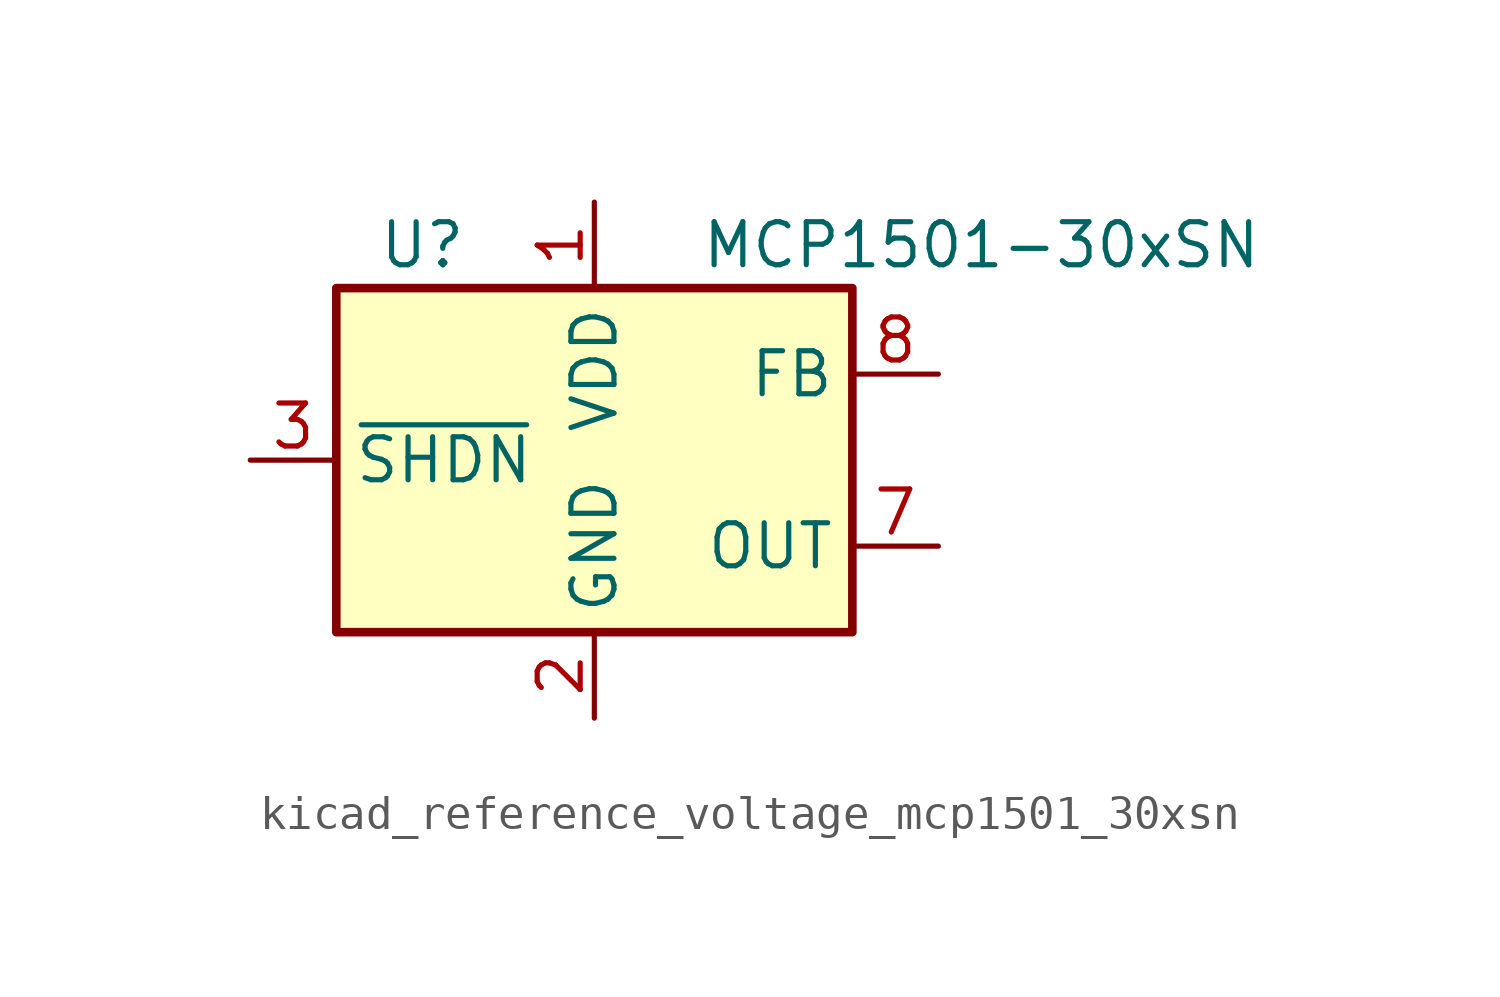
<source format=kicad_sym>
(kicad_symbol_lib
  (version 20220914)
  (generator kicad_symbol_editor)
  (symbol "kicad_reference_voltage_mcp1501_30xsn"
    (property "Reference" "U"
      (at -5.08 6.35 0)
      (effects (font (size 1.27 1.27))))
    (property "Value" "MCP1501-30xSN"
      (at 11.43 6.35 0)
      (effects (font (size 1.27 1.27))))
    (symbol "kicad_reference_voltage_mcp1501_30xsn_0_0"
      (pin power_in line (at 0 7.62 270) (length 2.54) (name "VDD" (effects (font (size 1.27 1.27)))) (number "1" (effects (font (size 1.27 1.27)))))
      (pin power_in line (at 0 -7.62 90) (length 2.54) (name "GND" (effects (font (size 1.27 1.27)))) (number "2" (effects (font (size 1.27 1.27)))))
      (pin input line (at -10.16 0 0) (length 2.54) (name "~{SHDN}" (effects (font (size 1.27 1.27)))) (number "3" (effects (font (size 1.27 1.27)))))
      (pin passive line (at 0 -7.62 90) (length 2.54) hide (name "GND" (effects (font (size 1.27 1.27)))) (number "4" (effects (font (size 1.27 1.27)))))
      (pin passive line (at 0 -7.62 90) (length 2.54) hide (name "GND" (effects (font (size 1.27 1.27)))) (number "5" (effects (font (size 1.27 1.27)))))
      (pin passive line (at 0 -7.62 90) (length 2.54) hide (name "GND" (effects (font (size 1.27 1.27)))) (number "6" (effects (font (size 1.27 1.27)))))
      (pin power_out line (at 10.16 -2.54 180) (length 2.54) (name "OUT" (effects (font (size 1.27 1.27)))) (number "7" (effects (font (size 1.27 1.27)))))
      (pin input line (at 10.16 2.54 180) (length 2.54) (name "FB" (effects (font (size 1.27 1.27)))) (number "8" (effects (font (size 1.27 1.27))))))
    (symbol "kicad_reference_voltage_mcp1501_30xsn_0_1"
      (rectangle (start -7.62 5.08) (end 7.62 -5.08) (stroke (width 0.254) (type default)) (fill (type background))))))
</source>
